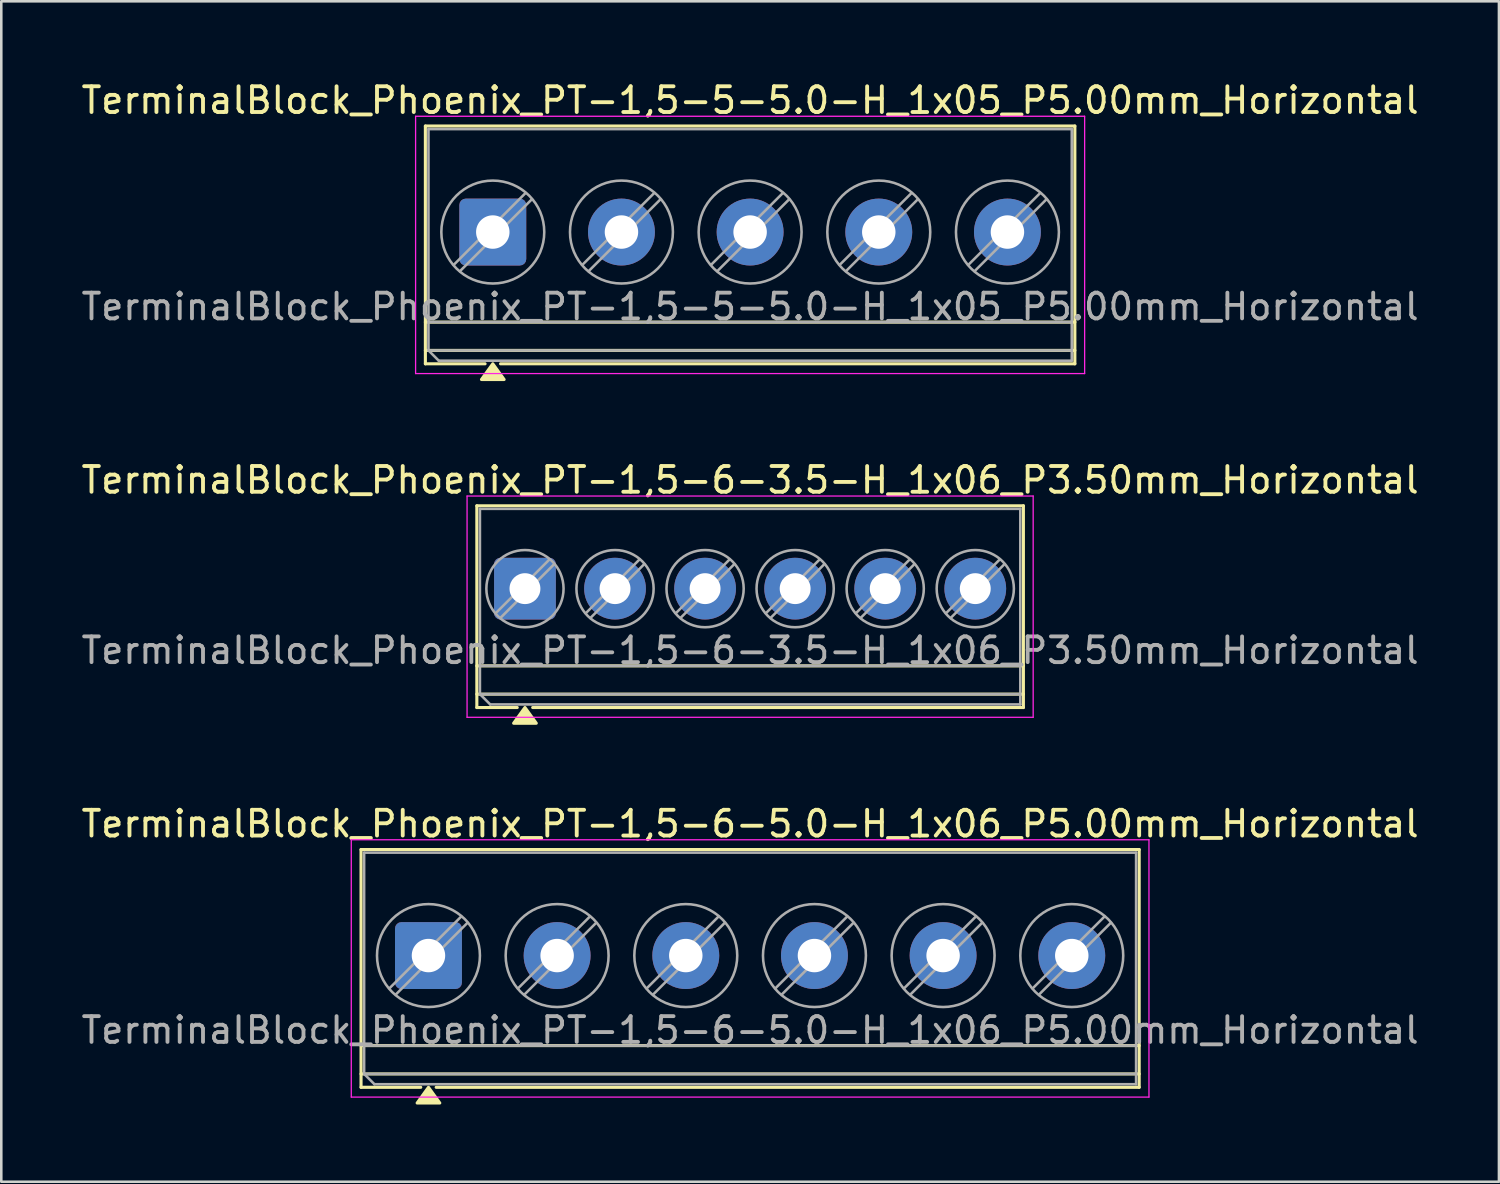
<source format=kicad_pcb>
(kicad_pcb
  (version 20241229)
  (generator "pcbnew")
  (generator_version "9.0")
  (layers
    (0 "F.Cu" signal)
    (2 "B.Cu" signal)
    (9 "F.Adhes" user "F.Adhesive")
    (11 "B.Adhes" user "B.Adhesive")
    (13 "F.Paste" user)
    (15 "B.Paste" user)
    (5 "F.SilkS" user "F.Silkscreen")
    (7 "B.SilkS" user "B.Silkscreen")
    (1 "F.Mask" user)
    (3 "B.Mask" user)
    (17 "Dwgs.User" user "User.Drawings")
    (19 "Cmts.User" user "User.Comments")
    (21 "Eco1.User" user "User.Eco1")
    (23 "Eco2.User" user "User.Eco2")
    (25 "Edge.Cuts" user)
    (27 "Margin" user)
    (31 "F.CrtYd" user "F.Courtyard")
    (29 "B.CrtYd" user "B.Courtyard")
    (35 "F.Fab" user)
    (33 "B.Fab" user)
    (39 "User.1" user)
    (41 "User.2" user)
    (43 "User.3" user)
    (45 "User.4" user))
  (footprint "TerminalBlock_Phoenix_PT-1,5-5-5.0-H_1x05_P5.00mm_Horizontal"
    (layer "F.Cu")
    (at 16.101 5.968)
    (property "Reference" "TerminalBlock_Phoenix_PT-1,5-5-5.0-H_1x05_P5.00mm_Horizontal" (at 10 -5.12 0) (layer "F.SilkS") (effects (font (size 1 1) (thickness 0.15))))
    (attr through_hole)
    (fp_line (start -2.62 -4.12) (end -2.62 5.12) (stroke (width 0.12) (type solid)) (layer "F.SilkS"))
    (fp_line (start -2.62 -4.12) (end 22.62 -4.12) (stroke (width 0.12) (type solid)) (layer "F.SilkS"))
    (fp_line (start -2.62 3.5) (end 22.62 3.5) (stroke (width 0.12) (type solid)) (layer "F.SilkS"))
    (fp_line (start -2.62 4.6) (end 22.62 4.6) (stroke (width 0.12) (type solid)) (layer "F.SilkS"))
    (fp_line (start -2.62 5.12) (end -0.3 5.12) (stroke (width 0.12) (type solid)) (layer "F.SilkS"))
    (fp_line (start 0.3 5.12) (end 22.62 5.12) (stroke (width 0.12) (type solid)) (layer "F.SilkS"))
    (fp_line (start 22.62 -4.12) (end 22.62 5.12) (stroke (width 0.12) (type solid)) (layer "F.SilkS"))
    (fp_poly (pts (xy 0 5.12) (xy 0.44 5.73) (xy -0.44 5.73)) (stroke (width 0.12) (type solid)) (fill yes) (layer "F.SilkS"))
    (fp_line (start -3 -4.5) (end -3 5.5) (stroke (width 0.05) (type solid)) (layer "F.CrtYd"))
    (fp_line (start -3 5.5) (end 23 5.5) (stroke (width 0.05) (type solid)) (layer "F.CrtYd"))
    (fp_line (start 23 -4.5) (end -3 -4.5) (stroke (width 0.05) (type solid)) (layer "F.CrtYd"))
    (fp_line (start 23 5.5) (end 23 -4.5) (stroke (width 0.05) (type solid)) (layer "F.CrtYd"))
    (fp_line (start -2.5 -4) (end 22.5 -4) (stroke (width 0.1) (type solid)) (layer "F.Fab"))
    (fp_line (start -2.5 3.5) (end 22.5 3.5) (stroke (width 0.1) (type solid)) (layer "F.Fab"))
    (fp_line (start -2.5 4.6) (end -2.5 -4) (stroke (width 0.1) (type solid)) (layer "F.Fab"))
    (fp_line (start -2.5 4.6) (end 22.5 4.6) (stroke (width 0.1) (type solid)) (layer "F.Fab"))
    (fp_line (start -2.1 5) (end -2.5 4.6) (stroke (width 0.1) (type solid)) (layer "F.Fab"))
    (fp_line (start 1.273 -1.517) (end -1.517 1.273) (stroke (width 0.1) (type solid)) (layer "F.Fab"))
    (fp_line (start 1.517 -1.273) (end -1.273 1.517) (stroke (width 0.1) (type solid)) (layer "F.Fab"))
    (fp_line (start 6.273 -1.517) (end 3.483 1.273) (stroke (width 0.1) (type solid)) (layer "F.Fab"))
    (fp_line (start 6.517 -1.273) (end 3.727 1.517) (stroke (width 0.1) (type solid)) (layer "F.Fab"))
    (fp_line (start 11.273 -1.517) (end 8.483 1.273) (stroke (width 0.1) (type solid)) (layer "F.Fab"))
    (fp_line (start 11.517 -1.273) (end 8.727 1.517) (stroke (width 0.1) (type solid)) (layer "F.Fab"))
    (fp_line (start 16.273 -1.517) (end 13.483 1.273) (stroke (width 0.1) (type solid)) (layer "F.Fab"))
    (fp_line (start 16.517 -1.273) (end 13.727 1.517) (stroke (width 0.1) (type solid)) (layer "F.Fab"))
    (fp_line (start 21.273 -1.517) (end 18.483 1.273) (stroke (width 0.1) (type solid)) (layer "F.Fab"))
    (fp_line (start 21.517 -1.273) (end 18.727 1.517) (stroke (width 0.1) (type solid)) (layer "F.Fab"))
    (fp_line (start 22.5 -4) (end 22.5 5) (stroke (width 0.1) (type solid)) (layer "F.Fab"))
    (fp_line (start 22.5 5) (end -2.1 5) (stroke (width 0.1) (type solid)) (layer "F.Fab"))
    (fp_circle (center 0 0) (end 2 0) (stroke (width 0.1) (type solid)) (fill no) (layer "F.Fab"))
    (fp_circle (center 5 0) (end 7 0) (stroke (width 0.1) (type solid)) (fill no) (layer "F.Fab"))
    (fp_circle (center 10 0) (end 12 0) (stroke (width 0.1) (type solid)) (fill no) (layer "F.Fab"))
    (fp_circle (center 15 0) (end 17 0) (stroke (width 0.1) (type solid)) (fill no) (layer "F.Fab"))
    (fp_circle (center 20 0) (end 22 0) (stroke (width 0.1) (type solid)) (fill no) (layer "F.Fab"))
    (fp_text user "${REFERENCE}" (at 10 2.9 0) (layer "F.Fab") (effects (font (size 1 1) (thickness 0.15))))
    (pad "1" thru_hole roundrect (at 0 0) (size 2.6 2.6) (drill 1.3) (layers "*.Cu" "*.Mask") (roundrect_rratio 0.096))
    (pad "2" thru_hole circle (at 5 0) (size 2.6 2.6) (drill 1.3) (layers "*.Cu" "*.Mask"))
    (pad "3" thru_hole circle (at 10 0) (size 2.6 2.6) (drill 1.3) (layers "*.Cu" "*.Mask"))
    (pad "4" thru_hole circle (at 15 0) (size 2.6 2.6) (drill 1.3) (layers "*.Cu" "*.Mask"))
    (pad "5" thru_hole circle (at 20 0) (size 2.6 2.6) (drill 1.3) (layers "*.Cu" "*.Mask")))
  (footprint "TerminalBlock_Phoenix_PT-1,5-6-5.0-H_1x06_P5.00mm_Horizontal"
    (layer "F.Cu")
    (at 13.601 34.085)
    (property "Reference" "TerminalBlock_Phoenix_PT-1,5-6-5.0-H_1x06_P5.00mm_Horizontal" (at 12.5 -5.12 0) (layer "F.SilkS") (effects (font (size 1 1) (thickness 0.15))))
    (attr through_hole)
    (fp_line (start -2.62 -4.12) (end -2.62 5.12) (stroke (width 0.12) (type solid)) (layer "F.SilkS"))
    (fp_line (start -2.62 -4.12) (end 27.62 -4.12) (stroke (width 0.12) (type solid)) (layer "F.SilkS"))
    (fp_line (start -2.62 3.5) (end 27.62 3.5) (stroke (width 0.12) (type solid)) (layer "F.SilkS"))
    (fp_line (start -2.62 4.6) (end 27.62 4.6) (stroke (width 0.12) (type solid)) (layer "F.SilkS"))
    (fp_line (start -2.62 5.12) (end -0.3 5.12) (stroke (width 0.12) (type solid)) (layer "F.SilkS"))
    (fp_line (start 0.3 5.12) (end 27.62 5.12) (stroke (width 0.12) (type solid)) (layer "F.SilkS"))
    (fp_line (start 27.62 -4.12) (end 27.62 5.12) (stroke (width 0.12) (type solid)) (layer "F.SilkS"))
    (fp_poly (pts (xy 0 5.12) (xy 0.44 5.73) (xy -0.44 5.73)) (stroke (width 0.12) (type solid)) (fill yes) (layer "F.SilkS"))
    (fp_line (start -3 -4.5) (end -3 5.5) (stroke (width 0.05) (type solid)) (layer "F.CrtYd"))
    (fp_line (start -3 5.5) (end 28 5.5) (stroke (width 0.05) (type solid)) (layer "F.CrtYd"))
    (fp_line (start 28 -4.5) (end -3 -4.5) (stroke (width 0.05) (type solid)) (layer "F.CrtYd"))
    (fp_line (start 28 5.5) (end 28 -4.5) (stroke (width 0.05) (type solid)) (layer "F.CrtYd"))
    (fp_line (start -2.5 -4) (end 27.5 -4) (stroke (width 0.1) (type solid)) (layer "F.Fab"))
    (fp_line (start -2.5 3.5) (end 27.5 3.5) (stroke (width 0.1) (type solid)) (layer "F.Fab"))
    (fp_line (start -2.5 4.6) (end -2.5 -4) (stroke (width 0.1) (type solid)) (layer "F.Fab"))
    (fp_line (start -2.5 4.6) (end 27.5 4.6) (stroke (width 0.1) (type solid)) (layer "F.Fab"))
    (fp_line (start -2.1 5) (end -2.5 4.6) (stroke (width 0.1) (type solid)) (layer "F.Fab"))
    (fp_line (start 1.273 -1.517) (end -1.517 1.273) (stroke (width 0.1) (type solid)) (layer "F.Fab"))
    (fp_line (start 1.517 -1.273) (end -1.273 1.517) (stroke (width 0.1) (type solid)) (layer "F.Fab"))
    (fp_line (start 6.273 -1.517) (end 3.483 1.273) (stroke (width 0.1) (type solid)) (layer "F.Fab"))
    (fp_line (start 6.517 -1.273) (end 3.727 1.517) (stroke (width 0.1) (type solid)) (layer "F.Fab"))
    (fp_line (start 11.273 -1.517) (end 8.483 1.273) (stroke (width 0.1) (type solid)) (layer "F.Fab"))
    (fp_line (start 11.517 -1.273) (end 8.727 1.517) (stroke (width 0.1) (type solid)) (layer "F.Fab"))
    (fp_line (start 16.273 -1.517) (end 13.483 1.273) (stroke (width 0.1) (type solid)) (layer "F.Fab"))
    (fp_line (start 16.517 -1.273) (end 13.727 1.517) (stroke (width 0.1) (type solid)) (layer "F.Fab"))
    (fp_line (start 21.273 -1.517) (end 18.483 1.273) (stroke (width 0.1) (type solid)) (layer "F.Fab"))
    (fp_line (start 21.517 -1.273) (end 18.727 1.517) (stroke (width 0.1) (type solid)) (layer "F.Fab"))
    (fp_line (start 26.273 -1.517) (end 23.483 1.273) (stroke (width 0.1) (type solid)) (layer "F.Fab"))
    (fp_line (start 26.517 -1.273) (end 23.727 1.517) (stroke (width 0.1) (type solid)) (layer "F.Fab"))
    (fp_line (start 27.5 -4) (end 27.5 5) (stroke (width 0.1) (type solid)) (layer "F.Fab"))
    (fp_line (start 27.5 5) (end -2.1 5) (stroke (width 0.1) (type solid)) (layer "F.Fab"))
    (fp_circle (center 0 0) (end 2 0) (stroke (width 0.1) (type solid)) (fill no) (layer "F.Fab"))
    (fp_circle (center 5 0) (end 7 0) (stroke (width 0.1) (type solid)) (fill no) (layer "F.Fab"))
    (fp_circle (center 10 0) (end 12 0) (stroke (width 0.1) (type solid)) (fill no) (layer "F.Fab"))
    (fp_circle (center 15 0) (end 17 0) (stroke (width 0.1) (type solid)) (fill no) (layer "F.Fab"))
    (fp_circle (center 20 0) (end 22 0) (stroke (width 0.1) (type solid)) (fill no) (layer "F.Fab"))
    (fp_circle (center 25 0) (end 27 0) (stroke (width 0.1) (type solid)) (fill no) (layer "F.Fab"))
    (fp_text user "${REFERENCE}" (at 12.5 2.9 0) (layer "F.Fab") (effects (font (size 1 1) (thickness 0.15))))
    (pad "1" thru_hole roundrect (at 0 0) (size 2.6 2.6) (drill 1.3) (layers "*.Cu" "*.Mask") (roundrect_rratio 0.096))
    (pad "2" thru_hole circle (at 5 0) (size 2.6 2.6) (drill 1.3) (layers "*.Cu" "*.Mask"))
    (pad "3" thru_hole circle (at 10 0) (size 2.6 2.6) (drill 1.3) (layers "*.Cu" "*.Mask"))
    (pad "4" thru_hole circle (at 15 0) (size 2.6 2.6) (drill 1.3) (layers "*.Cu" "*.Mask"))
    (pad "5" thru_hole circle (at 20 0) (size 2.6 2.6) (drill 1.3) (layers "*.Cu" "*.Mask"))
    (pad "6" thru_hole circle (at 25 0) (size 2.6 2.6) (drill 1.3) (layers "*.Cu" "*.Mask")))
  (footprint "TerminalBlock_Phoenix_PT-1,5-6-3.5-H_1x06_P3.50mm_Horizontal"
    (layer "F.Cu")
    (at 17.351 19.826)
    (property "Reference" "TerminalBlock_Phoenix_PT-1,5-6-3.5-H_1x06_P3.50mm_Horizontal" (at 8.75 -4.22 0) (layer "F.SilkS") (effects (font (size 1 1) (thickness 0.15))))
    (attr through_hole)
    (fp_line (start -1.87 -3.22) (end -1.87 4.62) (stroke (width 0.12) (type solid)) (layer "F.SilkS"))
    (fp_line (start -1.87 -3.22) (end 19.37 -3.22) (stroke (width 0.12) (type solid)) (layer "F.SilkS"))
    (fp_line (start -1.87 3) (end 19.37 3) (stroke (width 0.12) (type solid)) (layer "F.SilkS"))
    (fp_line (start -1.87 4.1) (end 19.37 4.1) (stroke (width 0.12) (type solid)) (layer "F.SilkS"))
    (fp_line (start -1.87 4.62) (end -0.3 4.62) (stroke (width 0.12) (type solid)) (layer "F.SilkS"))
    (fp_line (start 0.3 4.62) (end 19.37 4.62) (stroke (width 0.12) (type solid)) (layer "F.SilkS"))
    (fp_line (start 19.37 -3.22) (end 19.37 4.62) (stroke (width 0.12) (type solid)) (layer "F.SilkS"))
    (fp_poly (pts (xy 0 4.62) (xy 0.44 5.23) (xy -0.44 5.23)) (stroke (width 0.12) (type solid)) (fill yes) (layer "F.SilkS"))
    (fp_line (start -2.25 -3.6) (end -2.25 5) (stroke (width 0.05) (type solid)) (layer "F.CrtYd"))
    (fp_line (start -2.25 5) (end 19.75 5) (stroke (width 0.05) (type solid)) (layer "F.CrtYd"))
    (fp_line (start 19.75 -3.6) (end -2.25 -3.6) (stroke (width 0.05) (type solid)) (layer "F.CrtYd"))
    (fp_line (start 19.75 5) (end 19.75 -3.6) (stroke (width 0.05) (type solid)) (layer "F.CrtYd"))
    (fp_line (start -1.75 -3.1) (end 19.25 -3.1) (stroke (width 0.1) (type solid)) (layer "F.Fab"))
    (fp_line (start -1.75 3) (end 19.25 3) (stroke (width 0.1) (type solid)) (layer "F.Fab"))
    (fp_line (start -1.75 4.1) (end -1.75 -3.1) (stroke (width 0.1) (type solid)) (layer "F.Fab"))
    (fp_line (start -1.75 4.1) (end 19.25 4.1) (stroke (width 0.1) (type solid)) (layer "F.Fab"))
    (fp_line (start -1.35 4.5) (end -1.75 4.1) (stroke (width 0.1) (type solid)) (layer "F.Fab"))
    (fp_line (start 0.955 -1.138) (end -1.138 0.955) (stroke (width 0.1) (type solid)) (layer "F.Fab"))
    (fp_line (start 1.138 -0.955) (end -0.955 1.138) (stroke (width 0.1) (type solid)) (layer "F.Fab"))
    (fp_line (start 4.455 -1.138) (end 2.362 0.955) (stroke (width 0.1) (type solid)) (layer "F.Fab"))
    (fp_line (start 4.638 -0.955) (end 2.545 1.138) (stroke (width 0.1) (type solid)) (layer "F.Fab"))
    (fp_line (start 7.955 -1.138) (end 5.862 0.955) (stroke (width 0.1) (type solid)) (layer "F.Fab"))
    (fp_line (start 8.138 -0.955) (end 6.045 1.138) (stroke (width 0.1) (type solid)) (layer "F.Fab"))
    (fp_line (start 11.455 -1.138) (end 9.362 0.955) (stroke (width 0.1) (type solid)) (layer "F.Fab"))
    (fp_line (start 11.638 -0.955) (end 9.545 1.138) (stroke (width 0.1) (type solid)) (layer "F.Fab"))
    (fp_line (start 14.955 -1.138) (end 12.862 0.955) (stroke (width 0.1) (type solid)) (layer "F.Fab"))
    (fp_line (start 15.138 -0.955) (end 13.045 1.138) (stroke (width 0.1) (type solid)) (layer "F.Fab"))
    (fp_line (start 18.455 -1.138) (end 16.362 0.955) (stroke (width 0.1) (type solid)) (layer "F.Fab"))
    (fp_line (start 18.638 -0.955) (end 16.545 1.138) (stroke (width 0.1) (type solid)) (layer "F.Fab"))
    (fp_line (start 19.25 -3.1) (end 19.25 4.5) (stroke (width 0.1) (type solid)) (layer "F.Fab"))
    (fp_line (start 19.25 4.5) (end -1.35 4.5) (stroke (width 0.1) (type solid)) (layer "F.Fab"))
    (fp_circle (center 0 0) (end 1.5 0) (stroke (width 0.1) (type solid)) (fill no) (layer "F.Fab"))
    (fp_circle (center 3.5 0) (end 5 0) (stroke (width 0.1) (type solid)) (fill no) (layer "F.Fab"))
    (fp_circle (center 7 0) (end 8.5 0) (stroke (width 0.1) (type solid)) (fill no) (layer "F.Fab"))
    (fp_circle (center 10.5 0) (end 12 0) (stroke (width 0.1) (type solid)) (fill no) (layer "F.Fab"))
    (fp_circle (center 14 0) (end 15.5 0) (stroke (width 0.1) (type solid)) (fill no) (layer "F.Fab"))
    (fp_circle (center 17.5 0) (end 19 0) (stroke (width 0.1) (type solid)) (fill no) (layer "F.Fab"))
    (fp_text user "${REFERENCE}" (at 8.75 2.4 0) (layer "F.Fab") (effects (font (size 1 1) (thickness 0.15))))
    (pad "1" thru_hole roundrect (at 0 0) (size 2.4 2.4) (drill 1.2) (layers "*.Cu" "*.Mask") (roundrect_rratio 0.104))
    (pad "2" thru_hole circle (at 3.5 0) (size 2.4 2.4) (drill 1.2) (layers "*.Cu" "*.Mask"))
    (pad "3" thru_hole circle (at 7 0) (size 2.4 2.4) (drill 1.2) (layers "*.Cu" "*.Mask"))
    (pad "4" thru_hole circle (at 10.5 0) (size 2.4 2.4) (drill 1.2) (layers "*.Cu" "*.Mask"))
    (pad "5" thru_hole circle (at 14 0) (size 2.4 2.4) (drill 1.2) (layers "*.Cu" "*.Mask"))
    (pad "6" thru_hole circle (at 17.5 0) (size 2.4 2.4) (drill 1.2) (layers "*.Cu" "*.Mask")))
  (gr_rect
    (start -3 -3)
    (end 55.202 42.875)
    (stroke (width 0.1) (type default))
    (fill no)
    (layer "Edge.Cuts")))
</source>
